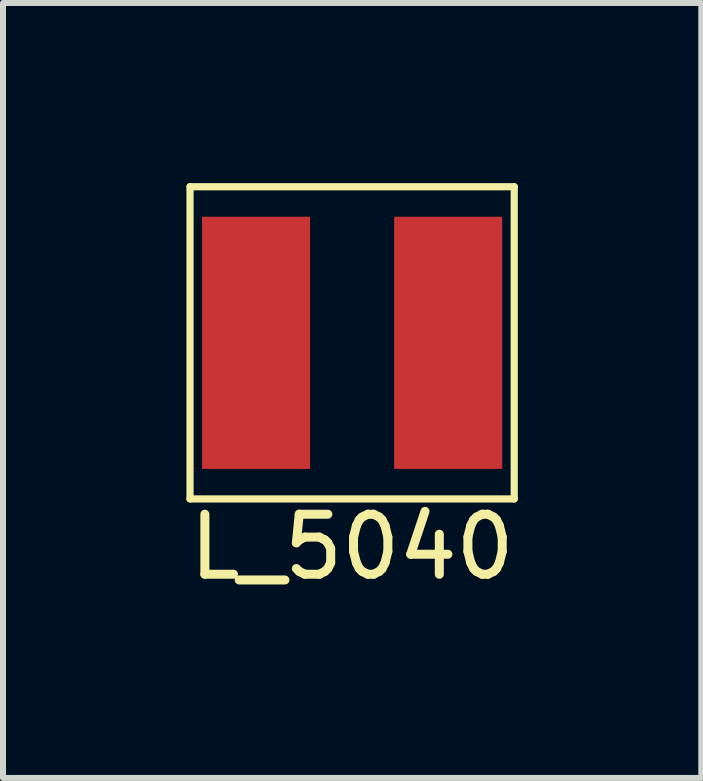
<source format=kicad_pcb>
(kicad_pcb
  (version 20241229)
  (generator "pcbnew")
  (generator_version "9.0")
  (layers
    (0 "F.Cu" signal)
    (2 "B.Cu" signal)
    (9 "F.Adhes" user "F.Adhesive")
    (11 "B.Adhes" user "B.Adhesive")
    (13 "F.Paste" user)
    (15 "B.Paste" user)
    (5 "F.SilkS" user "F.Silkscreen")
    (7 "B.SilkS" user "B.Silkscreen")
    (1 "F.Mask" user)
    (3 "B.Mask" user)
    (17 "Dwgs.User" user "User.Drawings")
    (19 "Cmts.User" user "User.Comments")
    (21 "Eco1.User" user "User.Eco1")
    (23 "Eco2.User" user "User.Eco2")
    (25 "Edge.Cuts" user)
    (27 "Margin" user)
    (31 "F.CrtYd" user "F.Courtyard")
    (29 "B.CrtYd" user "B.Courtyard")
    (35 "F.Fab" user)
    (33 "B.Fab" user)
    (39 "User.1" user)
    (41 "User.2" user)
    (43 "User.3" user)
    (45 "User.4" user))
  (footprint "L_5040"
    (layer "F.Cu")
    (at 2.815 2.66)
    (property "Reference" "L_5040" (at 0 3.4 0) (layer "F.SilkS") (effects (font (size 1 1) (thickness 0.15))))
    (attr smd)
    (fp_line (start -2.7 -2.6) (end -2.7 2.6) (stroke (width 0.12) (type solid)) (layer "F.SilkS"))
    (fp_line (start -2.7 -2.6) (end 2.7 -2.6) (stroke (width 0.12) (type solid)) (layer "F.SilkS"))
    (fp_line (start -2.7 2.6) (end 2.7 2.6) (stroke (width 0.12) (type solid)) (layer "F.SilkS"))
    (fp_line (start 2.7 -2.6) (end 2.7 2.6) (stroke (width 0.12) (type solid)) (layer "F.SilkS"))
    (pad "1" smd rect (at -1.6 0) (size 1.8 4.2) (layers "F.Cu" "F.Mask" "F.Paste"))
    (pad "2" smd rect (at 1.6 0) (size 1.8 4.2) (layers "F.Cu" "F.Mask" "F.Paste")))
  (gr_rect
    (start -3 -3)
    (end 8.631 9.908)
    (stroke (width 0.1) (type default))
    (fill no)
    (layer "Edge.Cuts")))
</source>
